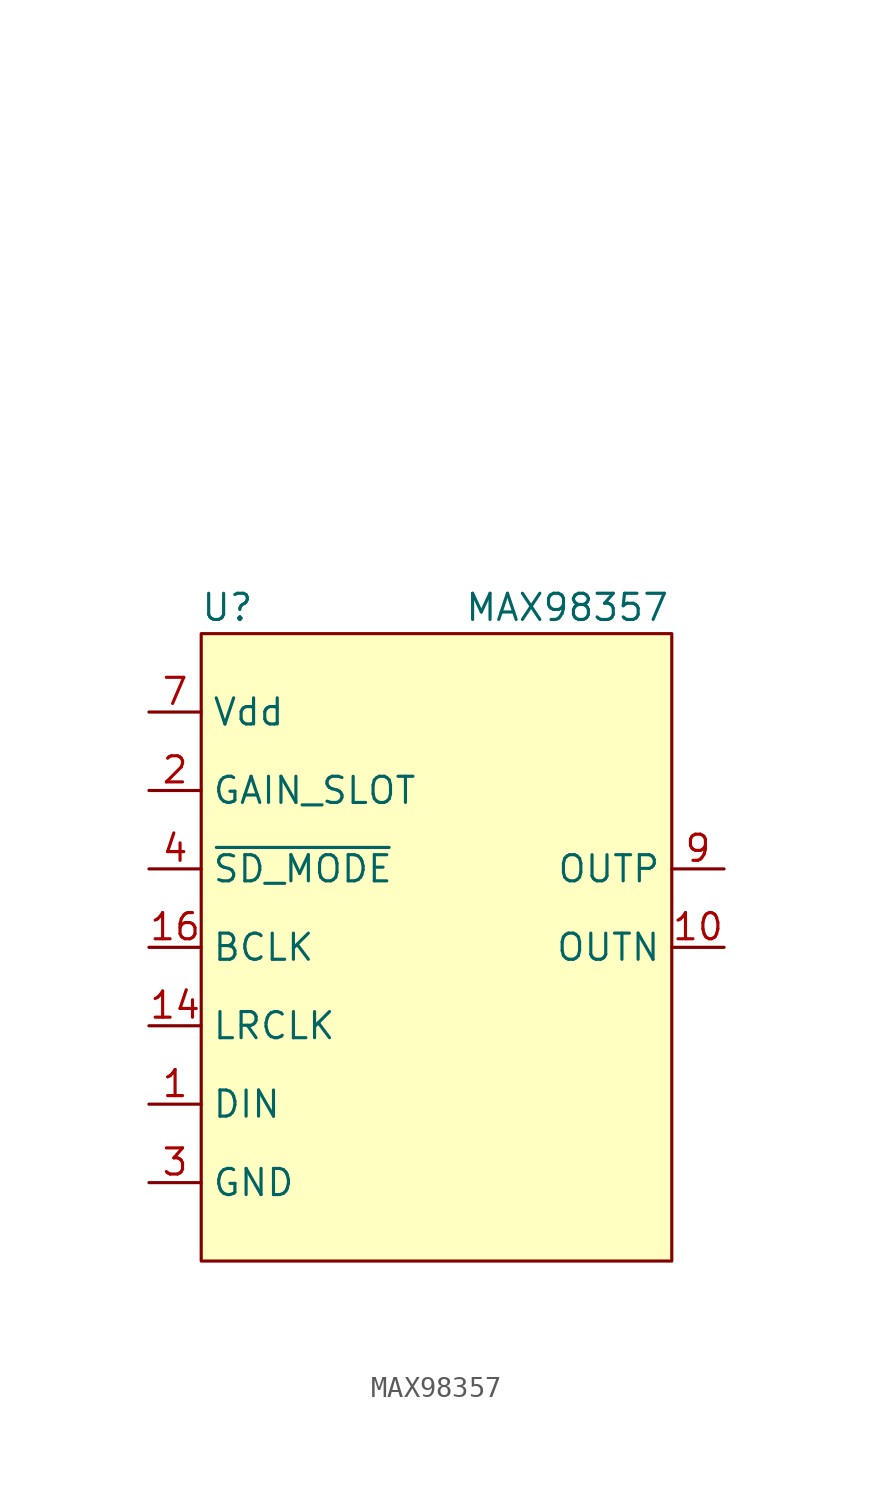
<source format=kicad_sym>
(kicad_symbol_lib
  (version 20220914)
  (generator kicad_symbol_editor)
  (symbol "MAX98357"
    (property "Reference" "U"
      (at -10.16 16.51 0)
      (effects (font (size 1.27 1.27))))
    (property "Value" "MAX98357"
      (at 6.35 16.51 0)
      (effects (font (size 1.27 1.27))))
    (symbol "MAX98357_1_1"
      (rectangle (start -11.43 15.24) (end 11.43 -15.24) (stroke (width 0) (type default)) (fill (type background)))
      (pin input line (at -13.97 -7.62 0) (length 2.54) (name "DIN" (effects (font (size 1.27 1.27)))) (number "1" (effects (font (size 1.27 1.27)))))
      (pin output line (at 13.97 0 180) (length 2.54) (name "OUTN" (effects (font (size 1.27 1.27)))) (number "10" (effects (font (size 1.27 1.27)))))
      (pin power_in line (at -13.97 -11.43 0) (length 2.54) hide (name "GND" (effects (font (size 1.27 1.27)))) (number "11" (effects (font (size 1.27 1.27)))))
      (pin no_connect line (at 1.27 33.02 0) (length 2.54) hide (name "NC" (effects (font (size 1.27 1.27)))) (number "12" (effects (font (size 1.27 1.27)))))
      (pin no_connect line (at 1.27 36.83 0) (length 2.54) hide (name "NC" (effects (font (size 1.27 1.27)))) (number "13" (effects (font (size 1.27 1.27)))))
      (pin input line (at -13.97 -3.81 0) (length 2.54) (name "LRCLK" (effects (font (size 1.27 1.27)))) (number "14" (effects (font (size 1.27 1.27)))))
      (pin input line (at -13.97 0 0) (length 2.54) (name "BCLK" (effects (font (size 1.27 1.27)))) (number "16" (effects (font (size 1.27 1.27)))))
      (pin input line (at -13.97 7.62 0) (length 2.54) (name "GAIN_SLOT" (effects (font (size 1.27 1.27)))) (number "2" (effects (font (size 1.27 1.27)))))
      (pin power_in line (at -13.97 -11.43 0) (length 2.54) (name "GND" (effects (font (size 1.27 1.27)))) (number "3" (effects (font (size 1.27 1.27)))))
      (pin input line (at -13.97 3.81 0) (length 2.54) (name "~{SD_MODE}" (effects (font (size 1.27 1.27)))) (number "4" (effects (font (size 1.27 1.27)))))
      (pin no_connect line (at 1.27 25.4 0) (length 2.54) hide (name "NC" (effects (font (size 1.27 1.27)))) (number "5" (effects (font (size 1.27 1.27)))))
      (pin no_connect line (at 1.27 29.21 0) (length 2.54) hide (name "NC" (effects (font (size 1.27 1.27)))) (number "6" (effects (font (size 1.27 1.27)))))
      (pin power_in line (at -13.97 11.43 0) (length 2.54) (name "Vdd" (effects (font (size 1.27 1.27)))) (number "7" (effects (font (size 1.27 1.27)))))
      (pin power_in line (at -13.97 11.43 0) (length 2.54) hide (name "Vdd" (effects (font (size 1.27 1.27)))) (number "8" (effects (font (size 1.27 1.27)))))
      (pin output line (at 13.97 3.81 180) (length 2.54) (name "OUTP" (effects (font (size 1.27 1.27)))) (number "9" (effects (font (size 1.27 1.27))))))))
</source>
